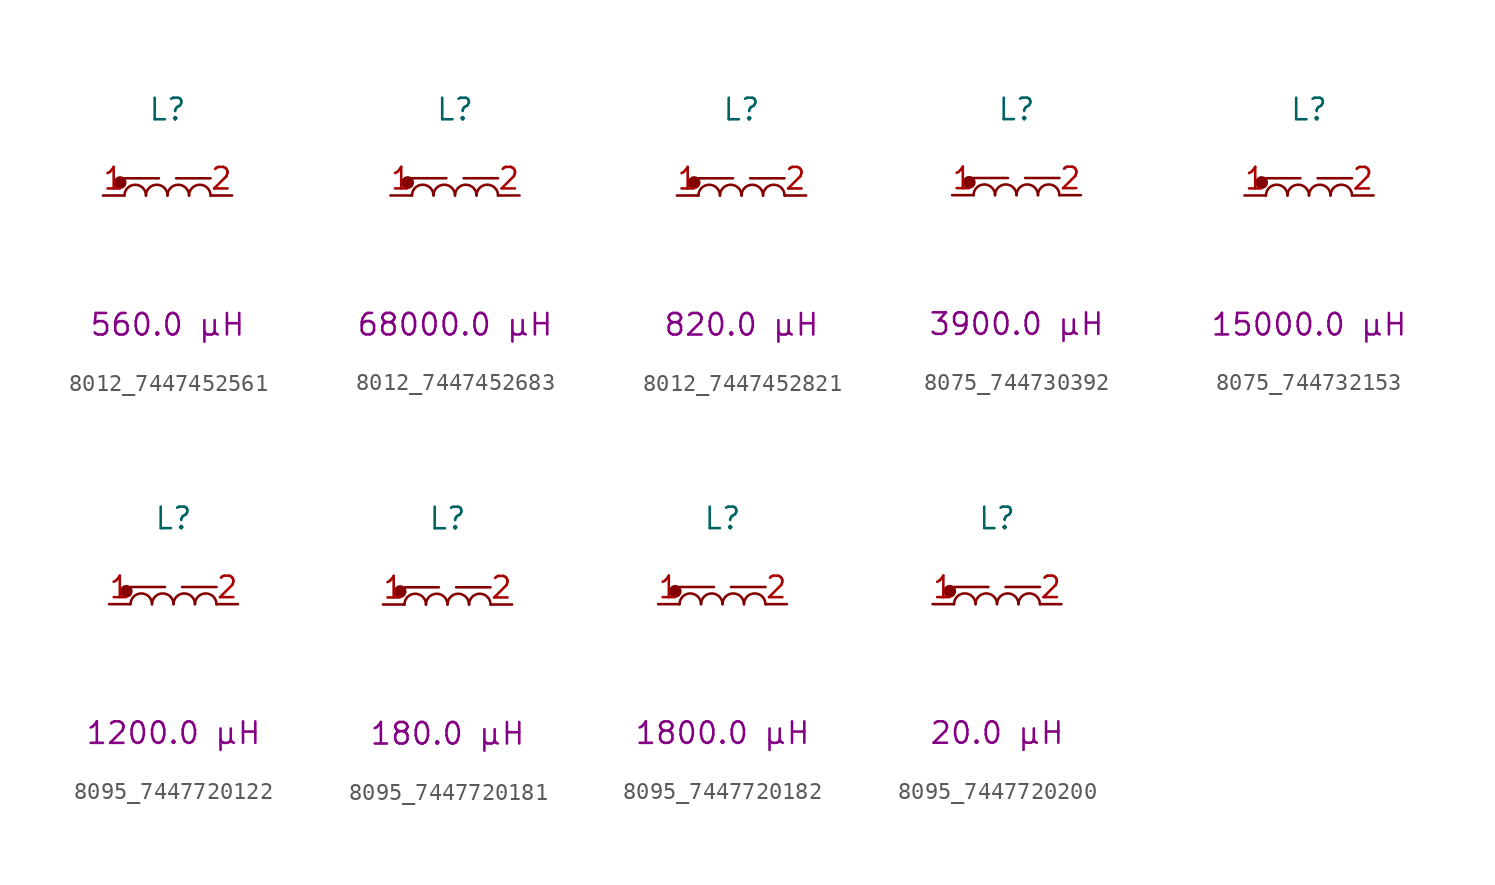
<source format=kicad_sym>
(kicad_symbol_lib
  (version 20220914)
  (generator kicad_symbol_editor)
  (symbol "8012_7447452561"
    (pin_names hide)
    (property "Reference" "L"
      (at 0 5.08 0)
      (effects (font (size 1.27 1.27))))
    (property "Critical Parameter" "560.0 µH"
      (at 0 -7.62 0)
      (effects (font (size 1.27 1.27))))
    (symbol "8012_7447452561_0_1"
      (arc (start -1.27 0) (mid -1.905 0.6323) (end -2.54 0) (stroke (width 0) (type default)) (fill (type none)))
      (arc (start 0 0) (mid -0.635 0.6323) (end -1.27 0) (stroke (width 0) (type default)) (fill (type none)))
      (polyline (pts (xy -2.54 1.016) (xy -0.508 1.016)) (stroke (width 0) (type default)) (fill (type none)))
      (arc (start 1.27 0) (mid 0.635 0.6323) (end 0 0) (stroke (width 0) (type default)) (fill (type none)))
      (arc (start 2.54 0) (mid 1.905 0.6323) (end 1.27 0) (stroke (width 0) (type default)) (fill (type none))))
    (symbol "8012_7447452561_1_1"
      (circle (center -2.794 0.762) (radius 0.0001) (stroke (width 0.381) (type default)) (fill (type none)))
      (polyline (pts (xy 2.54 1.016) (xy 0.508 1.016)) (stroke (width 0) (type default)) (fill (type none)))
      (pin passive line (at -3.81 0 0) (length 1.27) (name "1" (effects (font (size 1.27 1.27)))) (number "1" (effects (font (size 1.27 1.27)))))
      (pin passive line (at 3.81 0 180) (length 1.27) (name "2" (effects (font (size 1.27 1.27)))) (number "2" (effects (font (size 1.27 1.27)))))))
  (symbol "8012_7447452683"
    (pin_names hide)
    (property "Reference" "L"
      (at 0 5.08 0)
      (effects (font (size 1.27 1.27))))
    (property "Critical Parameter" "68000.0 µH"
      (at 0 -7.62 0)
      (effects (font (size 1.27 1.27))))
    (symbol "8012_7447452683_0_1"
      (arc (start -1.27 0) (mid -1.905 0.6323) (end -2.54 0) (stroke (width 0) (type default)) (fill (type none)))
      (arc (start 0 0) (mid -0.635 0.6323) (end -1.27 0) (stroke (width 0) (type default)) (fill (type none)))
      (polyline (pts (xy -2.54 1.016) (xy -0.508 1.016)) (stroke (width 0) (type default)) (fill (type none)))
      (arc (start 1.27 0) (mid 0.635 0.6323) (end 0 0) (stroke (width 0) (type default)) (fill (type none)))
      (arc (start 2.54 0) (mid 1.905 0.6323) (end 1.27 0) (stroke (width 0) (type default)) (fill (type none))))
    (symbol "8012_7447452683_1_1"
      (circle (center -2.794 0.762) (radius 0.0001) (stroke (width 0.381) (type default)) (fill (type none)))
      (polyline (pts (xy 2.54 1.016) (xy 0.508 1.016)) (stroke (width 0) (type default)) (fill (type none)))
      (pin passive line (at -3.81 0 0) (length 1.27) (name "1" (effects (font (size 1.27 1.27)))) (number "1" (effects (font (size 1.27 1.27)))))
      (pin passive line (at 3.81 0 180) (length 1.27) (name "2" (effects (font (size 1.27 1.27)))) (number "2" (effects (font (size 1.27 1.27)))))))
  (symbol "8012_7447452821"
    (pin_names hide)
    (property "Reference" "L"
      (at 0 5.08 0)
      (effects (font (size 1.27 1.27))))
    (property "Critical Parameter" "820.0 µH"
      (at 0 -7.62 0)
      (effects (font (size 1.27 1.27))))
    (symbol "8012_7447452821_0_1"
      (arc (start -1.27 0) (mid -1.905 0.6323) (end -2.54 0) (stroke (width 0) (type default)) (fill (type none)))
      (arc (start 0 0) (mid -0.635 0.6323) (end -1.27 0) (stroke (width 0) (type default)) (fill (type none)))
      (polyline (pts (xy -2.54 1.016) (xy -0.508 1.016)) (stroke (width 0) (type default)) (fill (type none)))
      (arc (start 1.27 0) (mid 0.635 0.6323) (end 0 0) (stroke (width 0) (type default)) (fill (type none)))
      (arc (start 2.54 0) (mid 1.905 0.6323) (end 1.27 0) (stroke (width 0) (type default)) (fill (type none))))
    (symbol "8012_7447452821_1_1"
      (circle (center -2.794 0.762) (radius 0.0001) (stroke (width 0.381) (type default)) (fill (type none)))
      (polyline (pts (xy 2.54 1.016) (xy 0.508 1.016)) (stroke (width 0) (type default)) (fill (type none)))
      (pin passive line (at -3.81 0 0) (length 1.27) (name "1" (effects (font (size 1.27 1.27)))) (number "1" (effects (font (size 1.27 1.27)))))
      (pin passive line (at 3.81 0 180) (length 1.27) (name "2" (effects (font (size 1.27 1.27)))) (number "2" (effects (font (size 1.27 1.27)))))))
  (symbol "8075_744730392"
    (pin_names hide)
    (property "Reference" "L"
      (at 0 5.08 0)
      (effects (font (size 1.27 1.27))))
    (property "Critical Parameter" "3900.0 µH"
      (at 0 -7.62 0)
      (effects (font (size 1.27 1.27))))
    (symbol "8075_744730392_0_1"
      (arc (start -1.27 0) (mid -1.905 0.6323) (end -2.54 0) (stroke (width 0) (type default)) (fill (type none)))
      (arc (start 0 0) (mid -0.635 0.6323) (end -1.27 0) (stroke (width 0) (type default)) (fill (type none)))
      (polyline (pts (xy -2.54 1.016) (xy -0.508 1.016)) (stroke (width 0) (type default)) (fill (type none)))
      (arc (start 1.27 0) (mid 0.635 0.6323) (end 0 0) (stroke (width 0) (type default)) (fill (type none)))
      (arc (start 2.54 0) (mid 1.905 0.6323) (end 1.27 0) (stroke (width 0) (type default)) (fill (type none))))
    (symbol "8075_744730392_1_1"
      (circle (center -2.794 0.762) (radius 0.0001) (stroke (width 0.381) (type default)) (fill (type none)))
      (polyline (pts (xy 2.54 1.016) (xy 0.508 1.016)) (stroke (width 0) (type default)) (fill (type none)))
      (pin passive line (at -3.81 0 0) (length 1.27) (name "1" (effects (font (size 1.27 1.27)))) (number "1" (effects (font (size 1.27 1.27)))))
      (pin passive line (at 3.81 0 180) (length 1.27) (name "2" (effects (font (size 1.27 1.27)))) (number "2" (effects (font (size 1.27 1.27)))))))
  (symbol "8075_744732153"
    (pin_names hide)
    (property "Reference" "L"
      (at 0 5.08 0)
      (effects (font (size 1.27 1.27))))
    (property "Critical Parameter" "15000.0 µH"
      (at 0 -7.62 0)
      (effects (font (size 1.27 1.27))))
    (symbol "8075_744732153_0_1"
      (arc (start -1.27 0) (mid -1.905 0.6323) (end -2.54 0) (stroke (width 0) (type default)) (fill (type none)))
      (arc (start 0 0) (mid -0.635 0.6323) (end -1.27 0) (stroke (width 0) (type default)) (fill (type none)))
      (polyline (pts (xy -2.54 1.016) (xy -0.508 1.016)) (stroke (width 0) (type default)) (fill (type none)))
      (arc (start 1.27 0) (mid 0.635 0.6323) (end 0 0) (stroke (width 0) (type default)) (fill (type none)))
      (arc (start 2.54 0) (mid 1.905 0.6323) (end 1.27 0) (stroke (width 0) (type default)) (fill (type none))))
    (symbol "8075_744732153_1_1"
      (circle (center -2.794 0.762) (radius 0.0001) (stroke (width 0.381) (type default)) (fill (type none)))
      (polyline (pts (xy 2.54 1.016) (xy 0.508 1.016)) (stroke (width 0) (type default)) (fill (type none)))
      (pin passive line (at -3.81 0 0) (length 1.27) (name "1" (effects (font (size 1.27 1.27)))) (number "1" (effects (font (size 1.27 1.27)))))
      (pin passive line (at 3.81 0 180) (length 1.27) (name "2" (effects (font (size 1.27 1.27)))) (number "2" (effects (font (size 1.27 1.27)))))))
  (symbol "8095_7447720122"
    (pin_names hide)
    (property "Reference" "L"
      (at 0 5.08 0)
      (effects (font (size 1.27 1.27))))
    (property "Critical Parameter" "1200.0 µH"
      (at 0 -7.62 0)
      (effects (font (size 1.27 1.27))))
    (symbol "8095_7447720122_0_1"
      (arc (start -1.27 0) (mid -1.905 0.6323) (end -2.54 0) (stroke (width 0) (type default)) (fill (type none)))
      (arc (start 0 0) (mid -0.635 0.6323) (end -1.27 0) (stroke (width 0) (type default)) (fill (type none)))
      (polyline (pts (xy -2.54 1.016) (xy -0.508 1.016)) (stroke (width 0) (type default)) (fill (type none)))
      (arc (start 1.27 0) (mid 0.635 0.6323) (end 0 0) (stroke (width 0) (type default)) (fill (type none)))
      (arc (start 2.54 0) (mid 1.905 0.6323) (end 1.27 0) (stroke (width 0) (type default)) (fill (type none))))
    (symbol "8095_7447720122_1_1"
      (circle (center -2.794 0.762) (radius 0.0001) (stroke (width 0.381) (type default)) (fill (type none)))
      (polyline (pts (xy 2.54 1.016) (xy 0.508 1.016)) (stroke (width 0) (type default)) (fill (type none)))
      (pin passive line (at -3.81 0 0) (length 1.27) (name "1" (effects (font (size 1.27 1.27)))) (number "1" (effects (font (size 1.27 1.27)))))
      (pin passive line (at 3.81 0 180) (length 1.27) (name "2" (effects (font (size 1.27 1.27)))) (number "2" (effects (font (size 1.27 1.27)))))))
  (symbol "8095_7447720181"
    (pin_names hide)
    (property "Reference" "L"
      (at 0 5.08 0)
      (effects (font (size 1.27 1.27))))
    (property "Critical Parameter" "180.0 µH"
      (at 0 -7.62 0)
      (effects (font (size 1.27 1.27))))
    (symbol "8095_7447720181_0_1"
      (arc (start -1.27 0) (mid -1.905 0.6323) (end -2.54 0) (stroke (width 0) (type default)) (fill (type none)))
      (arc (start 0 0) (mid -0.635 0.6323) (end -1.27 0) (stroke (width 0) (type default)) (fill (type none)))
      (polyline (pts (xy -2.54 1.016) (xy -0.508 1.016)) (stroke (width 0) (type default)) (fill (type none)))
      (arc (start 1.27 0) (mid 0.635 0.6323) (end 0 0) (stroke (width 0) (type default)) (fill (type none)))
      (arc (start 2.54 0) (mid 1.905 0.6323) (end 1.27 0) (stroke (width 0) (type default)) (fill (type none))))
    (symbol "8095_7447720181_1_1"
      (circle (center -2.794 0.762) (radius 0.0001) (stroke (width 0.381) (type default)) (fill (type none)))
      (polyline (pts (xy 2.54 1.016) (xy 0.508 1.016)) (stroke (width 0) (type default)) (fill (type none)))
      (pin passive line (at -3.81 0 0) (length 1.27) (name "1" (effects (font (size 1.27 1.27)))) (number "1" (effects (font (size 1.27 1.27)))))
      (pin passive line (at 3.81 0 180) (length 1.27) (name "2" (effects (font (size 1.27 1.27)))) (number "2" (effects (font (size 1.27 1.27)))))))
  (symbol "8095_7447720182"
    (pin_names hide)
    (property "Reference" "L"
      (at 0 5.08 0)
      (effects (font (size 1.27 1.27))))
    (property "Critical Parameter" "1800.0 µH"
      (at 0 -7.62 0)
      (effects (font (size 1.27 1.27))))
    (symbol "8095_7447720182_0_1"
      (arc (start -1.27 0) (mid -1.905 0.6323) (end -2.54 0) (stroke (width 0) (type default)) (fill (type none)))
      (arc (start 0 0) (mid -0.635 0.6323) (end -1.27 0) (stroke (width 0) (type default)) (fill (type none)))
      (polyline (pts (xy -2.54 1.016) (xy -0.508 1.016)) (stroke (width 0) (type default)) (fill (type none)))
      (arc (start 1.27 0) (mid 0.635 0.6323) (end 0 0) (stroke (width 0) (type default)) (fill (type none)))
      (arc (start 2.54 0) (mid 1.905 0.6323) (end 1.27 0) (stroke (width 0) (type default)) (fill (type none))))
    (symbol "8095_7447720182_1_1"
      (circle (center -2.794 0.762) (radius 0.0001) (stroke (width 0.381) (type default)) (fill (type none)))
      (polyline (pts (xy 2.54 1.016) (xy 0.508 1.016)) (stroke (width 0) (type default)) (fill (type none)))
      (pin passive line (at -3.81 0 0) (length 1.27) (name "1" (effects (font (size 1.27 1.27)))) (number "1" (effects (font (size 1.27 1.27)))))
      (pin passive line (at 3.81 0 180) (length 1.27) (name "2" (effects (font (size 1.27 1.27)))) (number "2" (effects (font (size 1.27 1.27)))))))
  (symbol "8095_7447720200"
    (pin_names hide)
    (property "Reference" "L"
      (at 0 5.08 0)
      (effects (font (size 1.27 1.27))))
    (property "Critical Parameter" "20.0 µH"
      (at 0 -7.62 0)
      (effects (font (size 1.27 1.27))))
    (symbol "8095_7447720200_0_1"
      (arc (start -1.27 0) (mid -1.905 0.6323) (end -2.54 0) (stroke (width 0) (type default)) (fill (type none)))
      (arc (start 0 0) (mid -0.635 0.6323) (end -1.27 0) (stroke (width 0) (type default)) (fill (type none)))
      (polyline (pts (xy -2.54 1.016) (xy -0.508 1.016)) (stroke (width 0) (type default)) (fill (type none)))
      (arc (start 1.27 0) (mid 0.635 0.6323) (end 0 0) (stroke (width 0) (type default)) (fill (type none)))
      (arc (start 2.54 0) (mid 1.905 0.6323) (end 1.27 0) (stroke (width 0) (type default)) (fill (type none))))
    (symbol "8095_7447720200_1_1"
      (circle (center -2.794 0.762) (radius 0.0001) (stroke (width 0.381) (type default)) (fill (type none)))
      (polyline (pts (xy 2.54 1.016) (xy 0.508 1.016)) (stroke (width 0) (type default)) (fill (type none)))
      (pin passive line (at -3.81 0 0) (length 1.27) (name "1" (effects (font (size 1.27 1.27)))) (number "1" (effects (font (size 1.27 1.27)))))
      (pin passive line (at 3.81 0 180) (length 1.27) (name "2" (effects (font (size 1.27 1.27)))) (number "2" (effects (font (size 1.27 1.27))))))))
</source>
